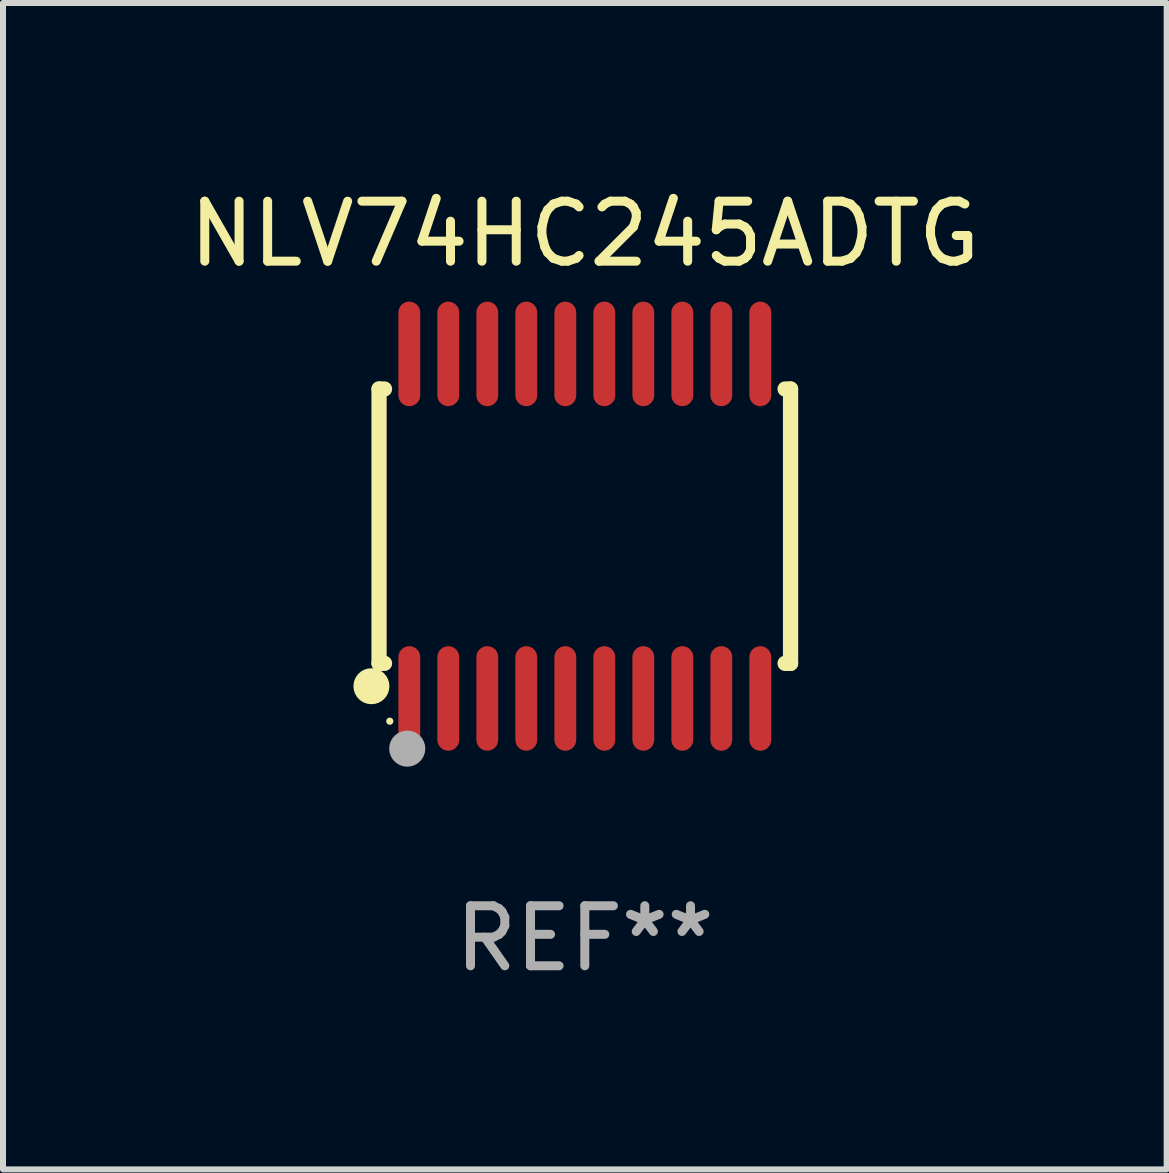
<source format=kicad_pcb>
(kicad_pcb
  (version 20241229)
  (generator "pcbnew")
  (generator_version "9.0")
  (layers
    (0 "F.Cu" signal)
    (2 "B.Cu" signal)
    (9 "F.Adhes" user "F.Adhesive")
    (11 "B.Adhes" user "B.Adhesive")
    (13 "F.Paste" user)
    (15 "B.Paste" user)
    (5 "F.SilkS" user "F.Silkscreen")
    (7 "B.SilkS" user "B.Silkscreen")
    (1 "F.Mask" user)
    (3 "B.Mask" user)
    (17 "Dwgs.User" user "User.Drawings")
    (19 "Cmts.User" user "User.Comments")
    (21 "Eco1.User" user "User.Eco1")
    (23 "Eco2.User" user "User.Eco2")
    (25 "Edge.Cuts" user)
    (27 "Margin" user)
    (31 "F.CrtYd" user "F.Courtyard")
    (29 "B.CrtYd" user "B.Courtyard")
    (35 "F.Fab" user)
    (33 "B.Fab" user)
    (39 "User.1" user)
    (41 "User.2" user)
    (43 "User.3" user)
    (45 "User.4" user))
  (footprint "NLV74HC245ADTG"
    (layer "F.Cu")
    (at 6.696 5.719)
    (property "Reference" "NLV74HC245ADTG" (at 0 -4.871 0) (layer "F.SilkS") (effects (font (size 1 1) (thickness 0.15))))
    (attr through_hole)
    (fp_line (start -3.429 -2.286) (end -3.429 2.286) (stroke (width 0.254) (type solid)) (layer "F.SilkS"))
    (fp_line (start -3.429 2.286) (end -3.338 2.286) (stroke (width 0.254) (type solid)) (layer "F.SilkS"))
    (fp_line (start -3.338 -2.286) (end -3.429 -2.286) (stroke (width 0.254) (type solid)) (layer "F.SilkS"))
    (fp_line (start 3.338 -2.286) (end 3.429 -2.286) (stroke (width 0.254) (type solid)) (layer "F.SilkS"))
    (fp_line (start 3.429 -2.286) (end 3.429 2.286) (stroke (width 0.254) (type solid)) (layer "F.SilkS"))
    (fp_line (start 3.429 2.286) (end 3.338 2.286) (stroke (width 0.254) (type solid)) (layer "F.SilkS"))
    (fp_circle (center -3.556 2.667) (end -3.406 2.667) (stroke (width 0.3) (type solid)) (fill no) (layer "F.SilkS"))
    (fp_circle (center -3.25 3.25) (end -3.22 3.25) (stroke (width 0.06) (type solid)) (fill no) (layer "F.SilkS"))
    (fp_circle (center -2.959 3.707) (end -2.808 3.707) (stroke (width 0.3) (type solid)) (fill no) (layer "F.Fab"))
    (fp_text user "REF**" (at 0 6.871 0) (layer "F.Fab") (effects (font (size 1 1) (thickness 0.15))))
    (pad "1" smd oval (at -2.925 2.871) (size 0.364 1.742) (layers "F.Cu" "F.Mask" "F.Paste"))
    (pad "2" smd oval (at -2.275 2.871) (size 0.364 1.742) (layers "F.Cu" "F.Mask" "F.Paste"))
    (pad "3" smd oval (at -1.625 2.871) (size 0.364 1.742) (layers "F.Cu" "F.Mask" "F.Paste"))
    (pad "4" smd oval (at -0.975 2.871) (size 0.364 1.742) (layers "F.Cu" "F.Mask" "F.Paste"))
    (pad "5" smd oval (at -0.325 2.871) (size 0.364 1.742) (layers "F.Cu" "F.Mask" "F.Paste"))
    (pad "6" smd oval (at 0.325 2.871) (size 0.364 1.742) (layers "F.Cu" "F.Mask" "F.Paste"))
    (pad "7" smd oval (at 0.975 2.871) (size 0.364 1.742) (layers "F.Cu" "F.Mask" "F.Paste"))
    (pad "8" smd oval (at 1.625 2.871) (size 0.364 1.742) (layers "F.Cu" "F.Mask" "F.Paste"))
    (pad "9" smd oval (at 2.275 2.871) (size 0.364 1.742) (layers "F.Cu" "F.Mask" "F.Paste"))
    (pad "10" smd oval (at 2.925 2.871) (size 0.364 1.742) (layers "F.Cu" "F.Mask" "F.Paste"))
    (pad "11" smd oval (at 2.925 -2.871) (size 0.364 1.742) (layers "F.Cu" "F.Mask" "F.Paste"))
    (pad "12" smd oval (at 2.275 -2.871) (size 0.364 1.742) (layers "F.Cu" "F.Mask" "F.Paste"))
    (pad "13" smd oval (at 1.625 -2.871) (size 0.364 1.742) (layers "F.Cu" "F.Mask" "F.Paste"))
    (pad "14" smd oval (at 0.975 -2.871) (size 0.364 1.742) (layers "F.Cu" "F.Mask" "F.Paste"))
    (pad "15" smd oval (at 0.325 -2.871) (size 0.364 1.742) (layers "F.Cu" "F.Mask" "F.Paste"))
    (pad "16" smd oval (at -0.325 -2.871) (size 0.364 1.742) (layers "F.Cu" "F.Mask" "F.Paste"))
    (pad "17" smd oval (at -0.975 -2.871) (size 0.364 1.742) (layers "F.Cu" "F.Mask" "F.Paste"))
    (pad "18" smd oval (at -1.625 -2.871) (size 0.364 1.742) (layers "F.Cu" "F.Mask" "F.Paste"))
    (pad "19" smd oval (at -2.275 -2.871) (size 0.364 1.742) (layers "F.Cu" "F.Mask" "F.Paste"))
    (pad "20" smd oval (at -2.925 -2.871) (size 0.364 1.742) (layers "F.Cu" "F.Mask" "F.Paste")))
  (gr_rect
    (start -3 -3)
    (end 16.393 16.438)
    (stroke (width 0.1) (type default))
    (fill no)
    (layer "Edge.Cuts")))
</source>
